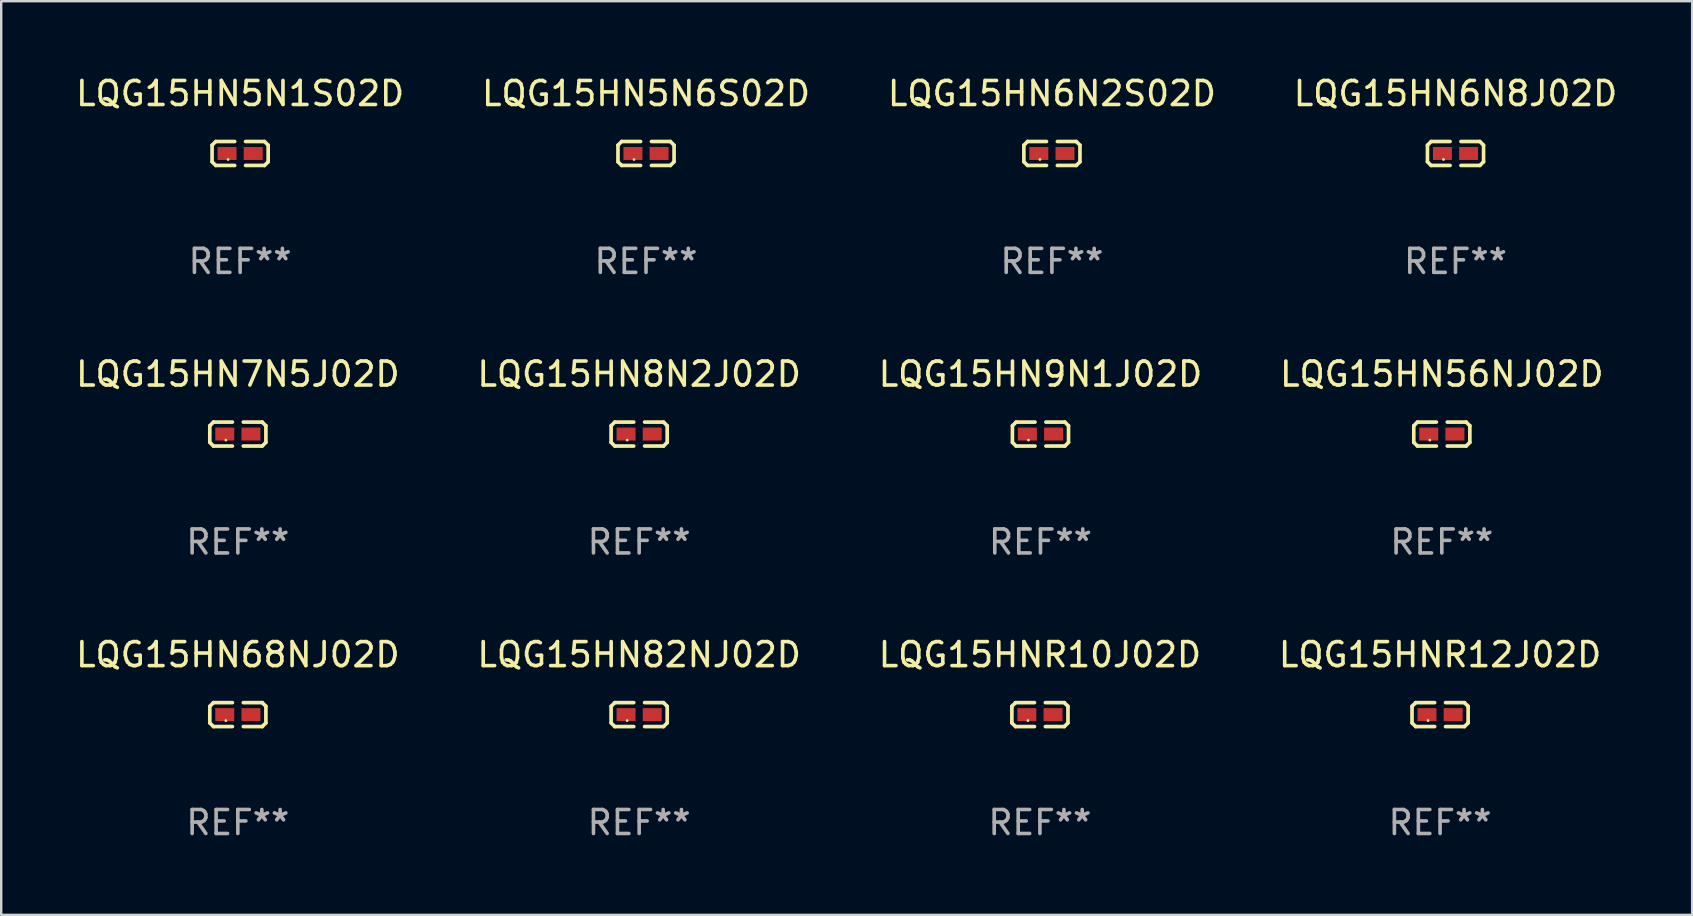
<source format=kicad_pcb>
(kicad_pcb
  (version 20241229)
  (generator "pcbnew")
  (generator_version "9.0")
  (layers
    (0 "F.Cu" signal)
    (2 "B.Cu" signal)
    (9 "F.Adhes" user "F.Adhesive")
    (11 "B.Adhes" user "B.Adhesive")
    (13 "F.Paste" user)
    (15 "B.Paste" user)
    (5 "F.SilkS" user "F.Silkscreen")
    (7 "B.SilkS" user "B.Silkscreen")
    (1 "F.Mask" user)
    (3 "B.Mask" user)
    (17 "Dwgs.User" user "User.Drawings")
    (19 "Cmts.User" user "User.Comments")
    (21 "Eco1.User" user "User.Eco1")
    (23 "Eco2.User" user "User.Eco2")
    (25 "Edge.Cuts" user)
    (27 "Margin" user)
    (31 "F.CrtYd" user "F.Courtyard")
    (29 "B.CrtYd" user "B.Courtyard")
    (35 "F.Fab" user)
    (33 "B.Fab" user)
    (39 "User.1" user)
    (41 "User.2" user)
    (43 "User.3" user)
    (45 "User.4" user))
  (footprint "LQG15HN5N1S02D"
    (layer "F.Cu")
    (at 6.958 3.347)
    (property "Reference" "LQG15HN5N1S02D" (at 0 -2.499 0) (layer "F.SilkS") (effects (font (size 1 1) (thickness 0.15))))
    (attr through_hole)
    (fp_line (start -1.169 -0.346) (end -1.016 -0.499) (stroke (width 0.152) (type solid)) (layer "F.SilkS"))
    (fp_line (start -1.169 0.346) (end -1.169 -0.346) (stroke (width 0.152) (type solid)) (layer "F.SilkS"))
    (fp_line (start -1.016 -0.499) (end -0.226 -0.499) (stroke (width 0.152) (type solid)) (layer "F.SilkS"))
    (fp_line (start -1.016 0.499) (end -1.169 0.346) (stroke (width 0.152) (type solid)) (layer "F.SilkS"))
    (fp_line (start -0.226 0.499) (end -1.016 0.499) (stroke (width 0.152) (type solid)) (layer "F.SilkS"))
    (fp_line (start 0.226 0.499) (end 1.016 0.499) (stroke (width 0.152) (type solid)) (layer "F.SilkS"))
    (fp_line (start 1.016 -0.499) (end 0.226 -0.499) (stroke (width 0.152) (type solid)) (layer "F.SilkS"))
    (fp_line (start 1.016 0.499) (end 1.169 0.346) (stroke (width 0.152) (type solid)) (layer "F.SilkS"))
    (fp_line (start 1.169 -0.346) (end 1.016 -0.499) (stroke (width 0.152) (type solid)) (layer "F.SilkS"))
    (fp_line (start 1.169 0.346) (end 1.169 -0.346) (stroke (width 0.152) (type solid)) (layer "F.SilkS"))
    (fp_circle (center -0.5 0.25) (end -0.47 0.25) (stroke (width 0.06) (type solid)) (fill no) (layer "F.SilkS"))
    (fp_text user "REF**" (at 0 4.499 0) (layer "F.Fab") (effects (font (size 1 1) (thickness 0.15))))
    (pad "1" smd rect (at -0.545 0) (size 0.79 0.54) (layers "F.Cu" "F.Mask" "F.Paste"))
    (pad "2" smd rect (at 0.545 0) (size 0.79 0.54) (layers "F.Cu" "F.Mask" "F.Paste")))
  (footprint "LQG15HN56NJ02D"
    (layer "F.Cu")
    (at 57.042 15.041)
    (property "Reference" "LQG15HN56NJ02D" (at 0 -2.499 0) (layer "F.SilkS") (effects (font (size 1 1) (thickness 0.15))))
    (attr through_hole)
    (fp_line (start -1.169 -0.346) (end -1.016 -0.499) (stroke (width 0.152) (type solid)) (layer "F.SilkS"))
    (fp_line (start -1.169 0.346) (end -1.169 -0.346) (stroke (width 0.152) (type solid)) (layer "F.SilkS"))
    (fp_line (start -1.016 -0.499) (end -0.226 -0.499) (stroke (width 0.152) (type solid)) (layer "F.SilkS"))
    (fp_line (start -1.016 0.499) (end -1.169 0.346) (stroke (width 0.152) (type solid)) (layer "F.SilkS"))
    (fp_line (start -0.226 0.499) (end -1.016 0.499) (stroke (width 0.152) (type solid)) (layer "F.SilkS"))
    (fp_line (start 0.226 0.499) (end 1.016 0.499) (stroke (width 0.152) (type solid)) (layer "F.SilkS"))
    (fp_line (start 1.016 -0.499) (end 0.226 -0.499) (stroke (width 0.152) (type solid)) (layer "F.SilkS"))
    (fp_line (start 1.016 0.499) (end 1.169 0.346) (stroke (width 0.152) (type solid)) (layer "F.SilkS"))
    (fp_line (start 1.169 -0.346) (end 1.016 -0.499) (stroke (width 0.152) (type solid)) (layer "F.SilkS"))
    (fp_line (start 1.169 0.346) (end 1.169 -0.346) (stroke (width 0.152) (type solid)) (layer "F.SilkS"))
    (fp_circle (center -0.5 0.25) (end -0.47 0.25) (stroke (width 0.06) (type solid)) (fill no) (layer "F.SilkS"))
    (fp_text user "REF**" (at 0 4.499 0) (layer "F.Fab") (effects (font (size 1 1) (thickness 0.15))))
    (pad "1" smd rect (at -0.545 0) (size 0.79 0.54) (layers "F.Cu" "F.Mask" "F.Paste"))
    (pad "2" smd rect (at 0.545 0) (size 0.79 0.54) (layers "F.Cu" "F.Mask" "F.Paste")))
  (footprint "LQG15HNR10J02D"
    (layer "F.Cu")
    (at 40.292 26.734)
    (property "Reference" "LQG15HNR10J02D" (at 0 -2.499 0) (layer "F.SilkS") (effects (font (size 1 1) (thickness 0.15))))
    (attr through_hole)
    (fp_line (start -1.169 -0.346) (end -1.016 -0.499) (stroke (width 0.152) (type solid)) (layer "F.SilkS"))
    (fp_line (start -1.169 0.346) (end -1.169 -0.346) (stroke (width 0.152) (type solid)) (layer "F.SilkS"))
    (fp_line (start -1.016 -0.499) (end -0.226 -0.499) (stroke (width 0.152) (type solid)) (layer "F.SilkS"))
    (fp_line (start -1.016 0.499) (end -1.169 0.346) (stroke (width 0.152) (type solid)) (layer "F.SilkS"))
    (fp_line (start -0.226 0.499) (end -1.016 0.499) (stroke (width 0.152) (type solid)) (layer "F.SilkS"))
    (fp_line (start 0.226 0.499) (end 1.016 0.499) (stroke (width 0.152) (type solid)) (layer "F.SilkS"))
    (fp_line (start 1.016 -0.499) (end 0.226 -0.499) (stroke (width 0.152) (type solid)) (layer "F.SilkS"))
    (fp_line (start 1.016 0.499) (end 1.169 0.346) (stroke (width 0.152) (type solid)) (layer "F.SilkS"))
    (fp_line (start 1.169 -0.346) (end 1.016 -0.499) (stroke (width 0.152) (type solid)) (layer "F.SilkS"))
    (fp_line (start 1.169 0.346) (end 1.169 -0.346) (stroke (width 0.152) (type solid)) (layer "F.SilkS"))
    (fp_circle (center -0.5 0.25) (end -0.47 0.25) (stroke (width 0.06) (type solid)) (fill no) (layer "F.SilkS"))
    (fp_text user "REF**" (at 0 4.499 0) (layer "F.Fab") (effects (font (size 1 1) (thickness 0.15))))
    (pad "1" smd rect (at -0.545 0) (size 0.79 0.54) (layers "F.Cu" "F.Mask" "F.Paste"))
    (pad "2" smd rect (at 0.545 0) (size 0.79 0.54) (layers "F.Cu" "F.Mask" "F.Paste")))
  (footprint "LQG15HN5N6S02D"
    (layer "F.Cu")
    (at 23.875 3.347)
    (property "Reference" "LQG15HN5N6S02D" (at 0 -2.499 0) (layer "F.SilkS") (effects (font (size 1 1) (thickness 0.15))))
    (attr through_hole)
    (fp_line (start -1.169 -0.346) (end -1.016 -0.499) (stroke (width 0.152) (type solid)) (layer "F.SilkS"))
    (fp_line (start -1.169 0.346) (end -1.169 -0.346) (stroke (width 0.152) (type solid)) (layer "F.SilkS"))
    (fp_line (start -1.016 -0.499) (end -0.226 -0.499) (stroke (width 0.152) (type solid)) (layer "F.SilkS"))
    (fp_line (start -1.016 0.499) (end -1.169 0.346) (stroke (width 0.152) (type solid)) (layer "F.SilkS"))
    (fp_line (start -0.226 0.499) (end -1.016 0.499) (stroke (width 0.152) (type solid)) (layer "F.SilkS"))
    (fp_line (start 0.226 0.499) (end 1.016 0.499) (stroke (width 0.152) (type solid)) (layer "F.SilkS"))
    (fp_line (start 1.016 -0.499) (end 0.226 -0.499) (stroke (width 0.152) (type solid)) (layer "F.SilkS"))
    (fp_line (start 1.016 0.499) (end 1.169 0.346) (stroke (width 0.152) (type solid)) (layer "F.SilkS"))
    (fp_line (start 1.169 -0.346) (end 1.016 -0.499) (stroke (width 0.152) (type solid)) (layer "F.SilkS"))
    (fp_line (start 1.169 0.346) (end 1.169 -0.346) (stroke (width 0.152) (type solid)) (layer "F.SilkS"))
    (fp_circle (center -0.5 0.25) (end -0.47 0.25) (stroke (width 0.06) (type solid)) (fill no) (layer "F.SilkS"))
    (fp_text user "REF**" (at 0 4.499 0) (layer "F.Fab") (effects (font (size 1 1) (thickness 0.15))))
    (pad "1" smd rect (at -0.545 0) (size 0.79 0.54) (layers "F.Cu" "F.Mask" "F.Paste"))
    (pad "2" smd rect (at 0.545 0) (size 0.79 0.54) (layers "F.Cu" "F.Mask" "F.Paste")))
  (footprint "LQG15HNR12J02D"
    (layer "F.Cu")
    (at 56.97 26.734)
    (property "Reference" "LQG15HNR12J02D" (at 0 -2.499 0) (layer "F.SilkS") (effects (font (size 1 1) (thickness 0.15))))
    (attr through_hole)
    (fp_line (start -1.169 -0.346) (end -1.016 -0.499) (stroke (width 0.152) (type solid)) (layer "F.SilkS"))
    (fp_line (start -1.169 0.346) (end -1.169 -0.346) (stroke (width 0.152) (type solid)) (layer "F.SilkS"))
    (fp_line (start -1.016 -0.499) (end -0.226 -0.499) (stroke (width 0.152) (type solid)) (layer "F.SilkS"))
    (fp_line (start -1.016 0.499) (end -1.169 0.346) (stroke (width 0.152) (type solid)) (layer "F.SilkS"))
    (fp_line (start -0.226 0.499) (end -1.016 0.499) (stroke (width 0.152) (type solid)) (layer "F.SilkS"))
    (fp_line (start 0.226 0.499) (end 1.016 0.499) (stroke (width 0.152) (type solid)) (layer "F.SilkS"))
    (fp_line (start 1.016 -0.499) (end 0.226 -0.499) (stroke (width 0.152) (type solid)) (layer "F.SilkS"))
    (fp_line (start 1.016 0.499) (end 1.169 0.346) (stroke (width 0.152) (type solid)) (layer "F.SilkS"))
    (fp_line (start 1.169 -0.346) (end 1.016 -0.499) (stroke (width 0.152) (type solid)) (layer "F.SilkS"))
    (fp_line (start 1.169 0.346) (end 1.169 -0.346) (stroke (width 0.152) (type solid)) (layer "F.SilkS"))
    (fp_circle (center -0.5 0.25) (end -0.47 0.25) (stroke (width 0.06) (type solid)) (fill no) (layer "F.SilkS"))
    (fp_text user "REF**" (at 0 4.499 0) (layer "F.Fab") (effects (font (size 1 1) (thickness 0.15))))
    (pad "1" smd rect (at -0.545 0) (size 0.79 0.54) (layers "F.Cu" "F.Mask" "F.Paste"))
    (pad "2" smd rect (at 0.545 0) (size 0.79 0.54) (layers "F.Cu" "F.Mask" "F.Paste")))
  (footprint "LQG15HN6N8J02D"
    (layer "F.Cu")
    (at 57.613 3.347)
    (property "Reference" "LQG15HN6N8J02D" (at 0 -2.499 0) (layer "F.SilkS") (effects (font (size 1 1) (thickness 0.15))))
    (attr through_hole)
    (fp_line (start -1.169 -0.346) (end -1.016 -0.499) (stroke (width 0.152) (type solid)) (layer "F.SilkS"))
    (fp_line (start -1.169 0.346) (end -1.169 -0.346) (stroke (width 0.152) (type solid)) (layer "F.SilkS"))
    (fp_line (start -1.016 -0.499) (end -0.226 -0.499) (stroke (width 0.152) (type solid)) (layer "F.SilkS"))
    (fp_line (start -1.016 0.499) (end -1.169 0.346) (stroke (width 0.152) (type solid)) (layer "F.SilkS"))
    (fp_line (start -0.226 0.499) (end -1.016 0.499) (stroke (width 0.152) (type solid)) (layer "F.SilkS"))
    (fp_line (start 0.226 0.499) (end 1.016 0.499) (stroke (width 0.152) (type solid)) (layer "F.SilkS"))
    (fp_line (start 1.016 -0.499) (end 0.226 -0.499) (stroke (width 0.152) (type solid)) (layer "F.SilkS"))
    (fp_line (start 1.016 0.499) (end 1.169 0.346) (stroke (width 0.152) (type solid)) (layer "F.SilkS"))
    (fp_line (start 1.169 -0.346) (end 1.016 -0.499) (stroke (width 0.152) (type solid)) (layer "F.SilkS"))
    (fp_line (start 1.169 0.346) (end 1.169 -0.346) (stroke (width 0.152) (type solid)) (layer "F.SilkS"))
    (fp_circle (center -0.5 0.25) (end -0.47 0.25) (stroke (width 0.06) (type solid)) (fill no) (layer "F.SilkS"))
    (fp_text user "REF**" (at 0 4.499 0) (layer "F.Fab") (effects (font (size 1 1) (thickness 0.15))))
    (pad "1" smd rect (at -0.545 0) (size 0.79 0.54) (layers "F.Cu" "F.Mask" "F.Paste"))
    (pad "2" smd rect (at 0.545 0) (size 0.79 0.54) (layers "F.Cu" "F.Mask" "F.Paste")))
  (footprint "LQG15HN6N2S02D"
    (layer "F.Cu")
    (at 40.792 3.347)
    (property "Reference" "LQG15HN6N2S02D" (at 0 -2.499 0) (layer "F.SilkS") (effects (font (size 1 1) (thickness 0.15))))
    (attr through_hole)
    (fp_line (start -1.169 -0.346) (end -1.016 -0.499) (stroke (width 0.152) (type solid)) (layer "F.SilkS"))
    (fp_line (start -1.169 0.346) (end -1.169 -0.346) (stroke (width 0.152) (type solid)) (layer "F.SilkS"))
    (fp_line (start -1.016 -0.499) (end -0.226 -0.499) (stroke (width 0.152) (type solid)) (layer "F.SilkS"))
    (fp_line (start -1.016 0.499) (end -1.169 0.346) (stroke (width 0.152) (type solid)) (layer "F.SilkS"))
    (fp_line (start -0.226 0.499) (end -1.016 0.499) (stroke (width 0.152) (type solid)) (layer "F.SilkS"))
    (fp_line (start 0.226 0.499) (end 1.016 0.499) (stroke (width 0.152) (type solid)) (layer "F.SilkS"))
    (fp_line (start 1.016 -0.499) (end 0.226 -0.499) (stroke (width 0.152) (type solid)) (layer "F.SilkS"))
    (fp_line (start 1.016 0.499) (end 1.169 0.346) (stroke (width 0.152) (type solid)) (layer "F.SilkS"))
    (fp_line (start 1.169 -0.346) (end 1.016 -0.499) (stroke (width 0.152) (type solid)) (layer "F.SilkS"))
    (fp_line (start 1.169 0.346) (end 1.169 -0.346) (stroke (width 0.152) (type solid)) (layer "F.SilkS"))
    (fp_circle (center -0.5 0.25) (end -0.47 0.25) (stroke (width 0.06) (type solid)) (fill no) (layer "F.SilkS"))
    (fp_text user "REF**" (at 0 4.499 0) (layer "F.Fab") (effects (font (size 1 1) (thickness 0.15))))
    (pad "1" smd rect (at -0.545 0) (size 0.79 0.54) (layers "F.Cu" "F.Mask" "F.Paste"))
    (pad "2" smd rect (at 0.545 0) (size 0.79 0.54) (layers "F.Cu" "F.Mask" "F.Paste")))
  (footprint "LQG15HN9N1J02D"
    (layer "F.Cu")
    (at 40.315 15.041)
    (property "Reference" "LQG15HN9N1J02D" (at 0 -2.499 0) (layer "F.SilkS") (effects (font (size 1 1) (thickness 0.15))))
    (attr through_hole)
    (fp_line (start -1.169 -0.346) (end -1.016 -0.499) (stroke (width 0.152) (type solid)) (layer "F.SilkS"))
    (fp_line (start -1.169 0.346) (end -1.169 -0.346) (stroke (width 0.152) (type solid)) (layer "F.SilkS"))
    (fp_line (start -1.016 -0.499) (end -0.226 -0.499) (stroke (width 0.152) (type solid)) (layer "F.SilkS"))
    (fp_line (start -1.016 0.499) (end -1.169 0.346) (stroke (width 0.152) (type solid)) (layer "F.SilkS"))
    (fp_line (start -0.226 0.499) (end -1.016 0.499) (stroke (width 0.152) (type solid)) (layer "F.SilkS"))
    (fp_line (start 0.226 0.499) (end 1.016 0.499) (stroke (width 0.152) (type solid)) (layer "F.SilkS"))
    (fp_line (start 1.016 -0.499) (end 0.226 -0.499) (stroke (width 0.152) (type solid)) (layer "F.SilkS"))
    (fp_line (start 1.016 0.499) (end 1.169 0.346) (stroke (width 0.152) (type solid)) (layer "F.SilkS"))
    (fp_line (start 1.169 -0.346) (end 1.016 -0.499) (stroke (width 0.152) (type solid)) (layer "F.SilkS"))
    (fp_line (start 1.169 0.346) (end 1.169 -0.346) (stroke (width 0.152) (type solid)) (layer "F.SilkS"))
    (fp_circle (center -0.5 0.25) (end -0.47 0.25) (stroke (width 0.06) (type solid)) (fill no) (layer "F.SilkS"))
    (fp_text user "REF**" (at 0 4.499 0) (layer "F.Fab") (effects (font (size 1 1) (thickness 0.15))))
    (pad "1" smd rect (at -0.545 0) (size 0.79 0.54) (layers "F.Cu" "F.Mask" "F.Paste"))
    (pad "2" smd rect (at 0.545 0) (size 0.79 0.54) (layers "F.Cu" "F.Mask" "F.Paste")))
  (footprint "LQG15HN8N2J02D"
    (layer "F.Cu")
    (at 23.589 15.041)
    (property "Reference" "LQG15HN8N2J02D" (at 0 -2.499 0) (layer "F.SilkS") (effects (font (size 1 1) (thickness 0.15))))
    (attr through_hole)
    (fp_line (start -1.169 -0.346) (end -1.016 -0.499) (stroke (width 0.152) (type solid)) (layer "F.SilkS"))
    (fp_line (start -1.169 0.346) (end -1.169 -0.346) (stroke (width 0.152) (type solid)) (layer "F.SilkS"))
    (fp_line (start -1.016 -0.499) (end -0.226 -0.499) (stroke (width 0.152) (type solid)) (layer "F.SilkS"))
    (fp_line (start -1.016 0.499) (end -1.169 0.346) (stroke (width 0.152) (type solid)) (layer "F.SilkS"))
    (fp_line (start -0.226 0.499) (end -1.016 0.499) (stroke (width 0.152) (type solid)) (layer "F.SilkS"))
    (fp_line (start 0.226 0.499) (end 1.016 0.499) (stroke (width 0.152) (type solid)) (layer "F.SilkS"))
    (fp_line (start 1.016 -0.499) (end 0.226 -0.499) (stroke (width 0.152) (type solid)) (layer "F.SilkS"))
    (fp_line (start 1.016 0.499) (end 1.169 0.346) (stroke (width 0.152) (type solid)) (layer "F.SilkS"))
    (fp_line (start 1.169 -0.346) (end 1.016 -0.499) (stroke (width 0.152) (type solid)) (layer "F.SilkS"))
    (fp_line (start 1.169 0.346) (end 1.169 -0.346) (stroke (width 0.152) (type solid)) (layer "F.SilkS"))
    (fp_circle (center -0.5 0.25) (end -0.47 0.25) (stroke (width 0.06) (type solid)) (fill no) (layer "F.SilkS"))
    (fp_text user "REF**" (at 0 4.499 0) (layer "F.Fab") (effects (font (size 1 1) (thickness 0.15))))
    (pad "1" smd rect (at -0.545 0) (size 0.79 0.54) (layers "F.Cu" "F.Mask" "F.Paste"))
    (pad "2" smd rect (at 0.545 0) (size 0.79 0.54) (layers "F.Cu" "F.Mask" "F.Paste")))
  (footprint "LQG15HN7N5J02D"
    (layer "F.Cu")
    (at 6.863 15.041)
    (property "Reference" "LQG15HN7N5J02D" (at 0 -2.499 0) (layer "F.SilkS") (effects (font (size 1 1) (thickness 0.15))))
    (attr through_hole)
    (fp_line (start -1.169 -0.346) (end -1.016 -0.499) (stroke (width 0.152) (type solid)) (layer "F.SilkS"))
    (fp_line (start -1.169 0.346) (end -1.169 -0.346) (stroke (width 0.152) (type solid)) (layer "F.SilkS"))
    (fp_line (start -1.016 -0.499) (end -0.226 -0.499) (stroke (width 0.152) (type solid)) (layer "F.SilkS"))
    (fp_line (start -1.016 0.499) (end -1.169 0.346) (stroke (width 0.152) (type solid)) (layer "F.SilkS"))
    (fp_line (start -0.226 0.499) (end -1.016 0.499) (stroke (width 0.152) (type solid)) (layer "F.SilkS"))
    (fp_line (start 0.226 0.499) (end 1.016 0.499) (stroke (width 0.152) (type solid)) (layer "F.SilkS"))
    (fp_line (start 1.016 -0.499) (end 0.226 -0.499) (stroke (width 0.152) (type solid)) (layer "F.SilkS"))
    (fp_line (start 1.016 0.499) (end 1.169 0.346) (stroke (width 0.152) (type solid)) (layer "F.SilkS"))
    (fp_line (start 1.169 -0.346) (end 1.016 -0.499) (stroke (width 0.152) (type solid)) (layer "F.SilkS"))
    (fp_line (start 1.169 0.346) (end 1.169 -0.346) (stroke (width 0.152) (type solid)) (layer "F.SilkS"))
    (fp_circle (center -0.5 0.25) (end -0.47 0.25) (stroke (width 0.06) (type solid)) (fill no) (layer "F.SilkS"))
    (fp_text user "REF**" (at 0 4.499 0) (layer "F.Fab") (effects (font (size 1 1) (thickness 0.15))))
    (pad "1" smd rect (at -0.545 0) (size 0.79 0.54) (layers "F.Cu" "F.Mask" "F.Paste"))
    (pad "2" smd rect (at 0.545 0) (size 0.79 0.54) (layers "F.Cu" "F.Mask" "F.Paste")))
  (footprint "LQG15HN82NJ02D"
    (layer "F.Cu")
    (at 23.589 26.734)
    (property "Reference" "LQG15HN82NJ02D" (at 0 -2.499 0) (layer "F.SilkS") (effects (font (size 1 1) (thickness 0.15))))
    (attr through_hole)
    (fp_line (start -1.169 -0.346) (end -1.016 -0.499) (stroke (width 0.152) (type solid)) (layer "F.SilkS"))
    (fp_line (start -1.169 0.346) (end -1.169 -0.346) (stroke (width 0.152) (type solid)) (layer "F.SilkS"))
    (fp_line (start -1.016 -0.499) (end -0.226 -0.499) (stroke (width 0.152) (type solid)) (layer "F.SilkS"))
    (fp_line (start -1.016 0.499) (end -1.169 0.346) (stroke (width 0.152) (type solid)) (layer "F.SilkS"))
    (fp_line (start -0.226 0.499) (end -1.016 0.499) (stroke (width 0.152) (type solid)) (layer "F.SilkS"))
    (fp_line (start 0.226 0.499) (end 1.016 0.499) (stroke (width 0.152) (type solid)) (layer "F.SilkS"))
    (fp_line (start 1.016 -0.499) (end 0.226 -0.499) (stroke (width 0.152) (type solid)) (layer "F.SilkS"))
    (fp_line (start 1.016 0.499) (end 1.169 0.346) (stroke (width 0.152) (type solid)) (layer "F.SilkS"))
    (fp_line (start 1.169 -0.346) (end 1.016 -0.499) (stroke (width 0.152) (type solid)) (layer "F.SilkS"))
    (fp_line (start 1.169 0.346) (end 1.169 -0.346) (stroke (width 0.152) (type solid)) (layer "F.SilkS"))
    (fp_circle (center -0.5 0.25) (end -0.47 0.25) (stroke (width 0.06) (type solid)) (fill no) (layer "F.SilkS"))
    (fp_text user "REF**" (at 0 4.499 0) (layer "F.Fab") (effects (font (size 1 1) (thickness 0.15))))
    (pad "1" smd rect (at -0.545 0) (size 0.79 0.54) (layers "F.Cu" "F.Mask" "F.Paste"))
    (pad "2" smd rect (at 0.545 0) (size 0.79 0.54) (layers "F.Cu" "F.Mask" "F.Paste")))
  (footprint "LQG15HN68NJ02D"
    (layer "F.Cu")
    (at 6.863 26.734)
    (property "Reference" "LQG15HN68NJ02D" (at 0 -2.499 0) (layer "F.SilkS") (effects (font (size 1 1) (thickness 0.15))))
    (attr through_hole)
    (fp_line (start -1.169 -0.346) (end -1.016 -0.499) (stroke (width 0.152) (type solid)) (layer "F.SilkS"))
    (fp_line (start -1.169 0.346) (end -1.169 -0.346) (stroke (width 0.152) (type solid)) (layer "F.SilkS"))
    (fp_line (start -1.016 -0.499) (end -0.226 -0.499) (stroke (width 0.152) (type solid)) (layer "F.SilkS"))
    (fp_line (start -1.016 0.499) (end -1.169 0.346) (stroke (width 0.152) (type solid)) (layer "F.SilkS"))
    (fp_line (start -0.226 0.499) (end -1.016 0.499) (stroke (width 0.152) (type solid)) (layer "F.SilkS"))
    (fp_line (start 0.226 0.499) (end 1.016 0.499) (stroke (width 0.152) (type solid)) (layer "F.SilkS"))
    (fp_line (start 1.016 -0.499) (end 0.226 -0.499) (stroke (width 0.152) (type solid)) (layer "F.SilkS"))
    (fp_line (start 1.016 0.499) (end 1.169 0.346) (stroke (width 0.152) (type solid)) (layer "F.SilkS"))
    (fp_line (start 1.169 -0.346) (end 1.016 -0.499) (stroke (width 0.152) (type solid)) (layer "F.SilkS"))
    (fp_line (start 1.169 0.346) (end 1.169 -0.346) (stroke (width 0.152) (type solid)) (layer "F.SilkS"))
    (fp_circle (center -0.5 0.25) (end -0.47 0.25) (stroke (width 0.06) (type solid)) (fill no) (layer "F.SilkS"))
    (fp_text user "REF**" (at 0 4.499 0) (layer "F.Fab") (effects (font (size 1 1) (thickness 0.15))))
    (pad "1" smd rect (at -0.545 0) (size 0.79 0.54) (layers "F.Cu" "F.Mask" "F.Paste"))
    (pad "2" smd rect (at 0.545 0) (size 0.79 0.54) (layers "F.Cu" "F.Mask" "F.Paste")))
  (gr_rect
    (start -3 -3)
    (end 67.476 35.081)
    (stroke (width 0.1) (type default))
    (fill no)
    (layer "Edge.Cuts")))
</source>
